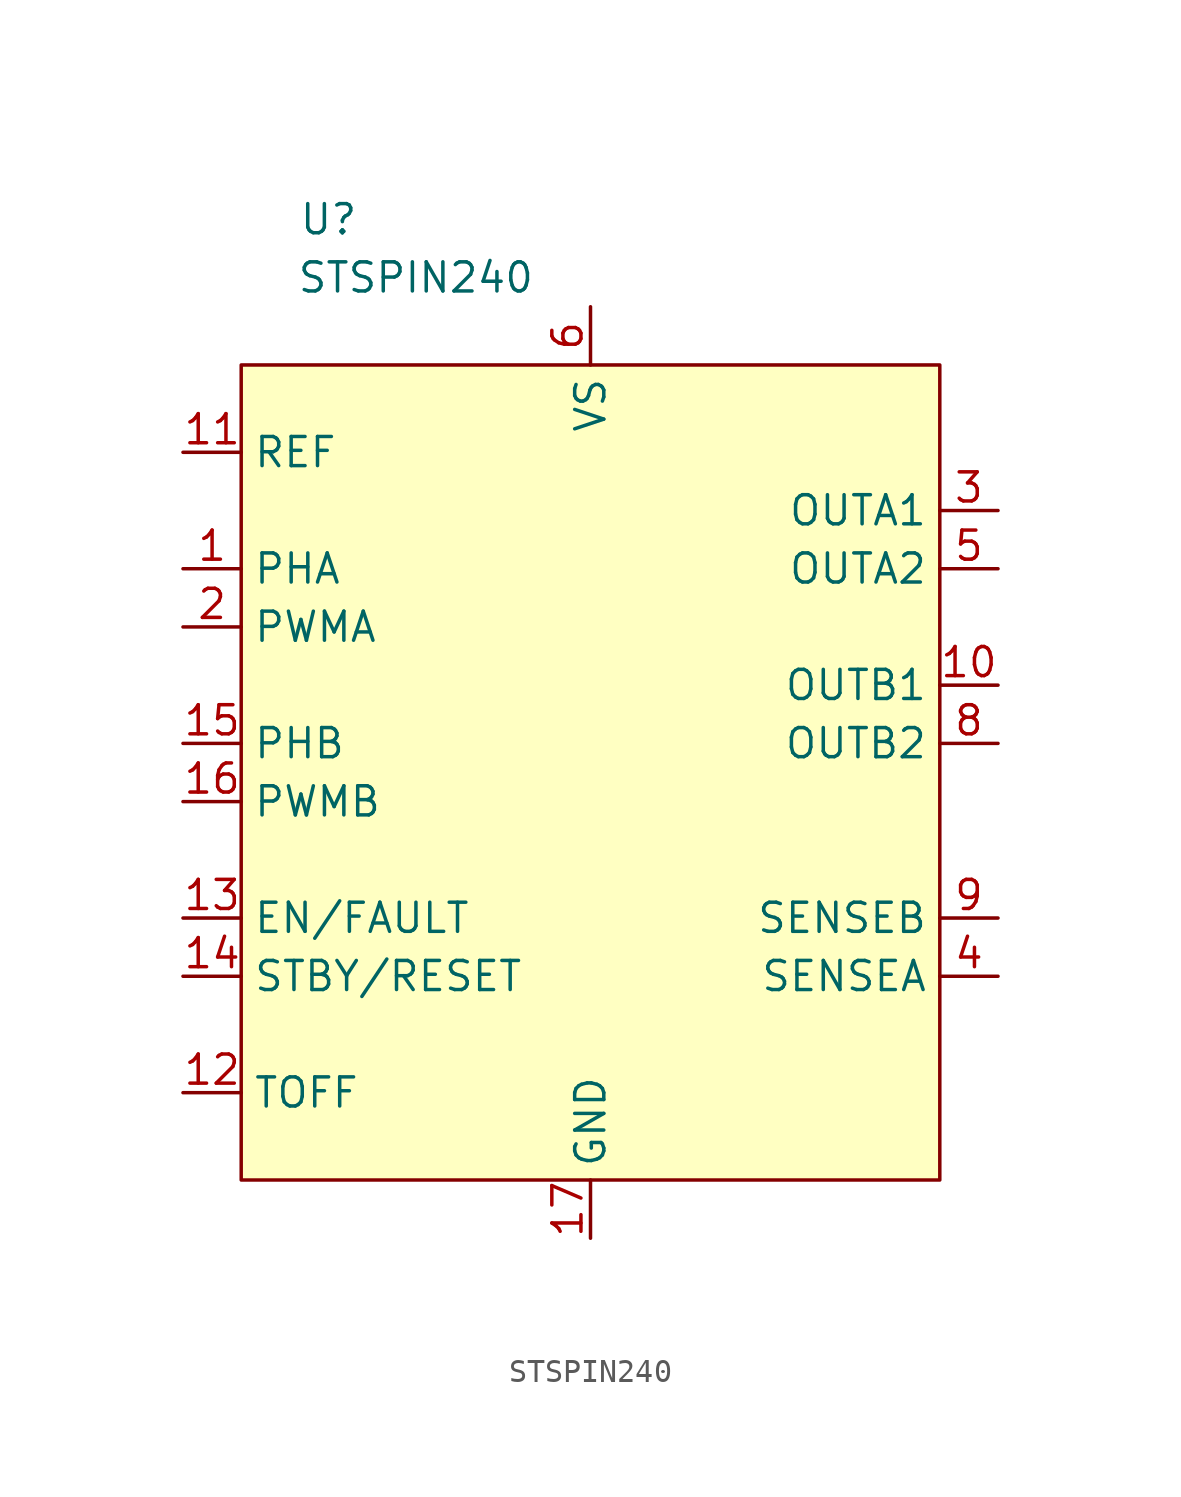
<source format=kicad_sym>
(kicad_symbol_lib
  (version 20211014)
  (generator kicad_symbol_editor)
  (symbol "STSPIN240"
    (property "Reference" "U"
      (at -11.43 27.94 0)
      (effects (font (size 1.27 1.27))))
    (property "Value" "STSPIN240"
      (at -7.62 25.4 0)
      (effects (font (size 1.27 1.27))))
    (symbol "STSPIN240_0_0"
      (pin input line (at -17.78 12.7 0) (length 2.54) (name "PHA" (effects (font (size 1.27 1.27)))) (number "1" (effects (font (size 1.27 1.27)))))
      (pin power_out line (at 17.78 7.62 180) (length 2.54) (name "OUTB1" (effects (font (size 1.27 1.27)))) (number "10" (effects (font (size 1.27 1.27)))))
      (pin input line (at -17.78 17.78 0) (length 2.54) (name "REF" (effects (font (size 1.27 1.27)))) (number "11" (effects (font (size 1.27 1.27)))))
      (pin bidirectional line (at -17.78 -10.16 0) (length 2.54) (name "TOFF" (effects (font (size 1.27 1.27)))) (number "12" (effects (font (size 1.27 1.27)))))
      (pin bidirectional line (at -17.78 -2.54 0) (length 2.54) (name "EN/FAULT" (effects (font (size 1.27 1.27)))) (number "13" (effects (font (size 1.27 1.27)))))
      (pin input line (at -17.78 -5.08 0) (length 2.54) (name "STBY/RESET" (effects (font (size 1.27 1.27)))) (number "14" (effects (font (size 1.27 1.27)))))
      (pin input line (at -17.78 5.08 0) (length 2.54) (name "PHB" (effects (font (size 1.27 1.27)))) (number "15" (effects (font (size 1.27 1.27)))))
      (pin input line (at -17.78 2.54 0) (length 2.54) (name "PWMB" (effects (font (size 1.27 1.27)))) (number "16" (effects (font (size 1.27 1.27)))))
      (pin power_in line (at 0 -16.51 90) (length 2.54) (name "GND" (effects (font (size 1.27 1.27)))) (number "17" (effects (font (size 1.27 1.27)))))
      (pin input line (at -17.78 10.16 0) (length 2.54) (name "PWMA" (effects (font (size 1.27 1.27)))) (number "2" (effects (font (size 1.27 1.27)))))
      (pin power_out line (at 17.78 15.24 180) (length 2.54) (name "OUTA1" (effects (font (size 1.27 1.27)))) (number "3" (effects (font (size 1.27 1.27)))))
      (pin output line (at 17.78 -5.08 180) (length 2.54) (name "SENSEA" (effects (font (size 1.27 1.27)))) (number "4" (effects (font (size 1.27 1.27)))))
      (pin power_out line (at 17.78 12.7 180) (length 2.54) (name "OUTA2" (effects (font (size 1.27 1.27)))) (number "5" (effects (font (size 1.27 1.27)))))
      (pin power_in line (at 0 24.13 270) (length 2.54) (name "VS" (effects (font (size 1.27 1.27)))) (number "6" (effects (font (size 1.27 1.27)))))
      (pin power_in line (at 0 -16.51 90) (length 2.54) hide (name "GND" (effects (font (size 1.27 1.27)))) (number "7" (effects (font (size 1.27 1.27)))))
      (pin power_out line (at 17.78 5.08 180) (length 2.54) (name "OUTB2" (effects (font (size 1.27 1.27)))) (number "8" (effects (font (size 1.27 1.27)))))
      (pin output line (at 17.78 -2.54 180) (length 2.54) (name "SENSEB" (effects (font (size 1.27 1.27)))) (number "9" (effects (font (size 1.27 1.27))))))
    (symbol "STSPIN240_0_1"
      (rectangle (start -15.24 21.59) (end 15.24 -13.97) (stroke (width 0) (type default) (color 0 0 0 0)) (fill (type background))))))
</source>
